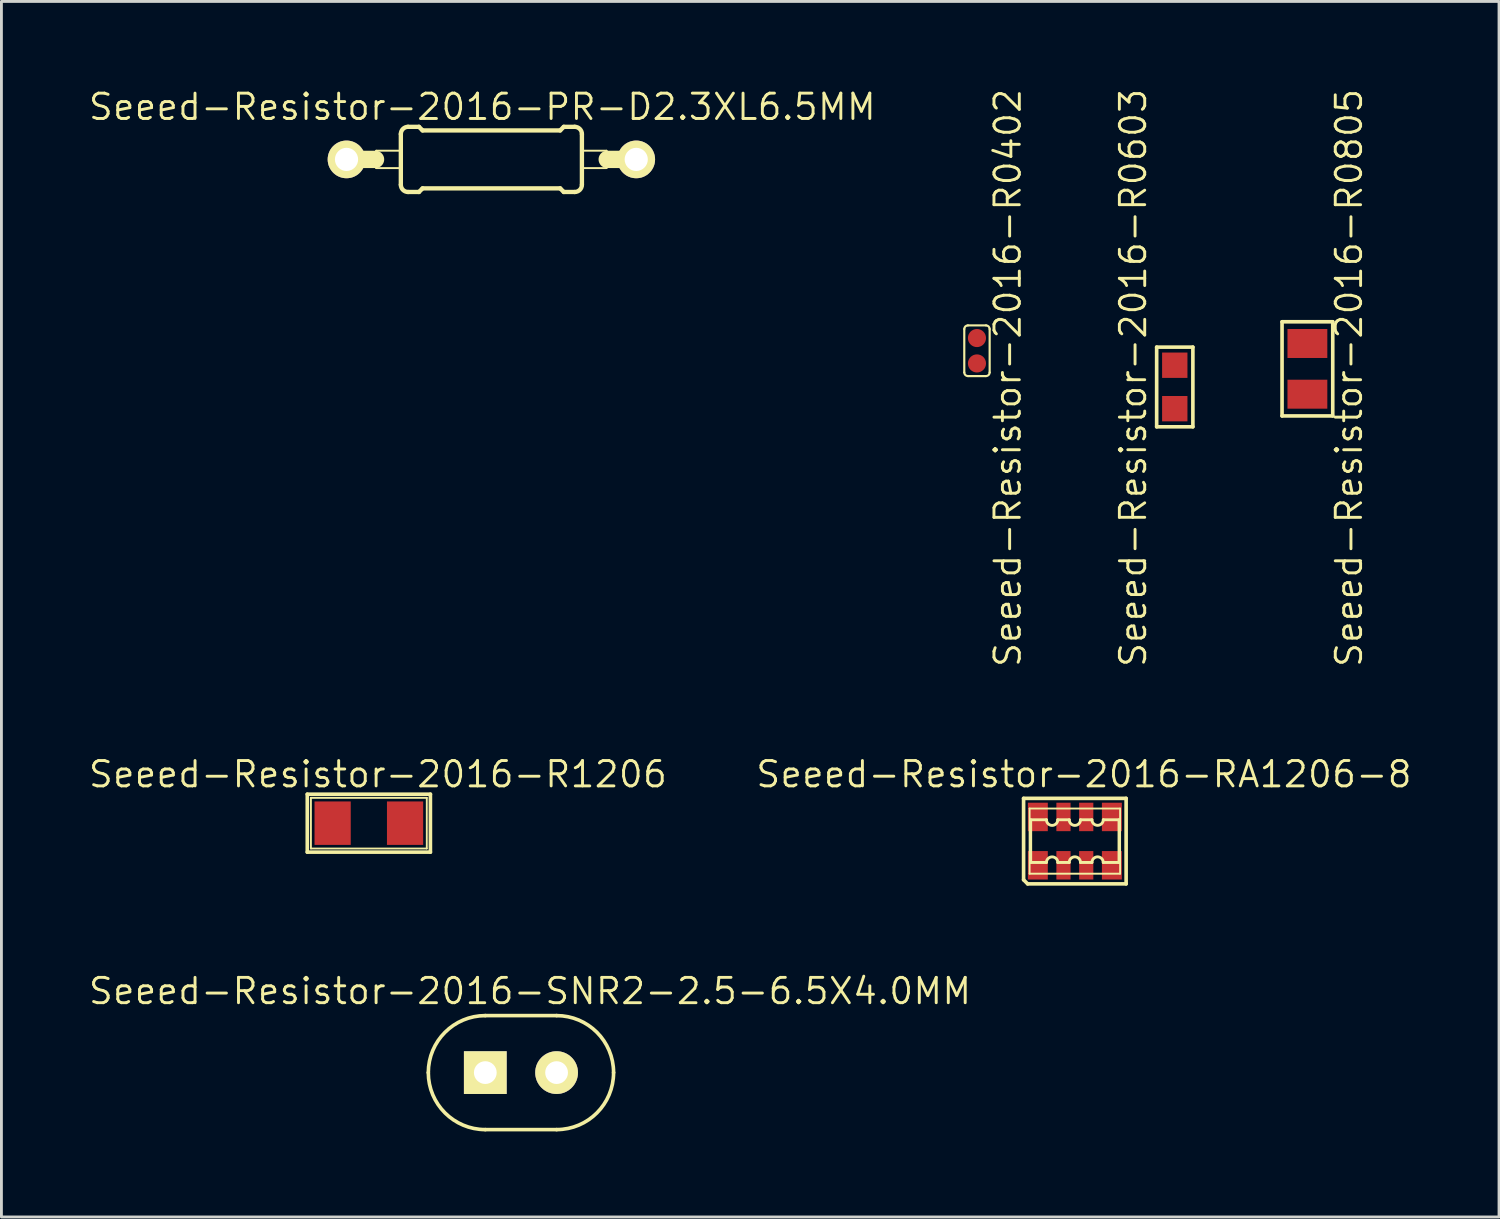
<source format=kicad_pcb>
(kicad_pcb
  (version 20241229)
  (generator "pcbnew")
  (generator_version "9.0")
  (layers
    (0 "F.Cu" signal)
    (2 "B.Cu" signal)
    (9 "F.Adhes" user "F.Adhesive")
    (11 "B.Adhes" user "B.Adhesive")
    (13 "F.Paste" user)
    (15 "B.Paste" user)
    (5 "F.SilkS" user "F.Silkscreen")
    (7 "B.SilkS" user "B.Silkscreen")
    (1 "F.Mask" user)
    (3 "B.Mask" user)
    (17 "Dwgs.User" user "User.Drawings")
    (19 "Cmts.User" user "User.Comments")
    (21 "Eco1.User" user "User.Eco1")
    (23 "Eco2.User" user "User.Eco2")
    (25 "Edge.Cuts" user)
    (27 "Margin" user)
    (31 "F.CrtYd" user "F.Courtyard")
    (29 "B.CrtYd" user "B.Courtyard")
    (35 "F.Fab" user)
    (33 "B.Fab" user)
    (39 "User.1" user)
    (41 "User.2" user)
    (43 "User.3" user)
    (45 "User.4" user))
  (footprint "Seeed-Resistor-2016-R0402"
    (layer "F.Cu")
    (at 31.211 9.25)
    (property "Reference" "Seeed-Resistor-2016-R0402" (at 1.079 0.953 270) (layer "F.SilkS") (effects (font (size 0.889 0.889) (thickness 0.102))))
    (attr smd)
    (fp_line (start -0.445 0.762) (end -0.445 -0.762) (stroke (width 0.076) (type solid)) (layer "F.SilkS"))
    (fp_line (start -0.318 -0.889) (end 0.318 -0.889) (stroke (width 0.076) (type solid)) (layer "F.SilkS"))
    (fp_line (start 0.318 0.889) (end -0.318 0.889) (stroke (width 0.076) (type solid)) (layer "F.SilkS"))
    (fp_line (start 0.445 -0.762) (end 0.445 0.762) (stroke (width 0.076) (type solid)) (layer "F.SilkS"))
    (fp_arc (start -0.4445 -0.762) (mid -0.407303 -0.851803) (end -0.3175 -0.889) (stroke (width 0.0762) (type solid)) (layer "F.SilkS"))
    (fp_arc (start -0.3175 0.889) (mid -0.407303 0.851803) (end -0.4445 0.762) (stroke (width 0.0762) (type solid)) (layer "F.SilkS"))
    (fp_arc (start 0.3175 -0.889) (mid 0.407303 -0.851803) (end 0.4445 -0.762) (stroke (width 0.0762) (type solid)) (layer "F.SilkS"))
    (fp_arc (start 0.4445 0.762) (mid 0.407303 0.851803) (end 0.3175 0.889) (stroke (width 0.0762) (type solid)) (layer "F.SilkS"))
    (pad "1" smd circle (at 0 -0.445 270) (size 0.635 0.635) (layers "F.Cu" "F.Mask" "F.Paste"))
    (pad "2" smd circle (at 0 0.445 270) (size 0.635 0.635) (layers "F.Cu" "F.Mask" "F.Paste")))
  (footprint "Seeed-Resistor-2016-RA1206-8"
    (layer "F.Cu")
    (at 34.644 26.447)
    (property "Reference" "Seeed-Resistor-2016-RA1206-8" (at 0.318 -2.344 0) (layer "F.SilkS") (effects (font (size 0.889 0.889) (thickness 0.102))))
    (attr smd)
    (fp_line (start -1.798 -1.499) (end 1.798 -1.499) (stroke (width 0.127) (type solid)) (layer "F.SilkS"))
    (fp_line (start -1.798 1.356) (end -1.798 -1.499) (stroke (width 0.127) (type solid)) (layer "F.SilkS"))
    (fp_line (start -1.656 1.499) (end -1.798 1.356) (stroke (width 0.127) (type solid)) (layer "F.SilkS"))
    (fp_line (start -1.587 -1.143) (end 1.587 -1.143) (stroke (width 0.066) (type solid)) (layer "F.SilkS"))
    (fp_line (start -1.587 1.143) (end -1.587 -1.143) (stroke (width 0.066) (type solid)) (layer "F.SilkS"))
    (fp_line (start -1.587 1.143) (end 1.587 1.143) (stroke (width 0.066) (type solid)) (layer "F.SilkS"))
    (fp_line (start -1.549 -0.749) (end -0.998 -0.749) (stroke (width 0.102) (type solid)) (layer "F.SilkS"))
    (fp_line (start -1.549 0.749) (end -1.549 -0.749) (stroke (width 0.102) (type solid)) (layer "F.SilkS"))
    (fp_line (start -0.998 0.749) (end -1.549 0.749) (stroke (width 0.102) (type solid)) (layer "F.SilkS"))
    (fp_line (start -0.599 -0.749) (end -0.198 -0.749) (stroke (width 0.102) (type solid)) (layer "F.SilkS"))
    (fp_line (start -0.198 0.749) (end -0.599 0.749) (stroke (width 0.102) (type solid)) (layer "F.SilkS"))
    (fp_line (start 0.198 -0.749) (end 0.599 -0.749) (stroke (width 0.102) (type solid)) (layer "F.SilkS"))
    (fp_line (start 0.599 0.749) (end 0.198 0.749) (stroke (width 0.102) (type solid)) (layer "F.SilkS"))
    (fp_line (start 0.998 -0.749) (end 1.549 -0.749) (stroke (width 0.102) (type solid)) (layer "F.SilkS"))
    (fp_line (start 1.549 -0.749) (end 1.549 0.749) (stroke (width 0.102) (type solid)) (layer "F.SilkS"))
    (fp_line (start 1.549 0.749) (end 0.998 0.749) (stroke (width 0.102) (type solid)) (layer "F.SilkS"))
    (fp_line (start 1.587 1.143) (end 1.587 -1.143) (stroke (width 0.066) (type solid)) (layer "F.SilkS"))
    (fp_line (start 1.798 -1.499) (end 1.798 1.499) (stroke (width 0.127) (type solid)) (layer "F.SilkS"))
    (fp_line (start 1.798 1.499) (end -1.656 1.499) (stroke (width 0.127) (type solid)) (layer "F.SilkS"))
    (fp_arc (start -0.99822 0.7493) (mid -0.79756 0.54864) (end -0.5969 0.7493) (stroke (width 0.1016) (type solid)) (layer "F.SilkS"))
    (fp_arc (start -0.59944 -0.7493) (mid -0.79756 -0.55118) (end -0.99568 -0.7493) (stroke (width 0.1016) (type solid)) (layer "F.SilkS"))
    (fp_arc (start -0.19812 0.7493) (mid 0 0.55118) (end 0.19812 0.7493) (stroke (width 0.1016) (type solid)) (layer "F.SilkS"))
    (fp_arc (start 0.19812 -0.7493) (mid 0 -0.55118) (end -0.19812 -0.7493) (stroke (width 0.1016) (type solid)) (layer "F.SilkS"))
    (fp_arc (start 0.59944 0.7493) (mid 0.79756 0.55118) (end 0.99568 0.7493) (stroke (width 0.1016) (type solid)) (layer "F.SilkS"))
    (fp_arc (start 0.99822 -0.7493) (mid 0.79756 -0.54864) (end 0.5969 -0.7493) (stroke (width 0.1016) (type solid)) (layer "F.SilkS"))
    (pad "1" smd rect (at -1.298 0.848) (size 0.699 0.998) (layers "F.Cu" "F.Mask" "F.Paste"))
    (pad "2" smd rect (at -0.399 0.848) (size 0.498 0.998) (layers "F.Cu" "F.Mask" "F.Paste"))
    (pad "3" smd rect (at 0.399 0.848) (size 0.498 0.998) (layers "F.Cu" "F.Mask" "F.Paste"))
    (pad "4" smd rect (at 1.298 0.848) (size 0.699 0.998) (layers "F.Cu" "F.Mask" "F.Paste"))
    (pad "5" smd rect (at 1.298 -0.848) (size 0.699 0.998) (layers "F.Cu" "F.Mask" "F.Paste"))
    (pad "6" smd rect (at 0.399 -0.848) (size 0.498 0.998) (layers "F.Cu" "F.Mask" "F.Paste"))
    (pad "7" smd rect (at -0.399 -0.848) (size 0.498 0.998) (layers "F.Cu" "F.Mask" "F.Paste"))
    (pad "8" smd rect (at -1.298 -0.848) (size 0.699 0.998) (layers "F.Cu" "F.Mask" "F.Paste")))
  (footprint "Seeed-Resistor-2016-R0603"
    (layer "F.Cu")
    (at 38.148 10.52)
    (property "Reference" "Seeed-Resistor-2016-R0603" (at -1.46 -0.318 90) (layer "F.SilkS") (effects (font (size 0.889 0.889) (thickness 0.102))))
    (attr smd)
    (fp_line (start -0.635 -1.397) (end 0.635 -1.397) (stroke (width 0.127) (type solid)) (layer "F.SilkS"))
    (fp_line (start -0.635 1.397) (end -0.635 -1.397) (stroke (width 0.127) (type solid)) (layer "F.SilkS"))
    (fp_line (start 0.635 -1.397) (end 0.635 1.397) (stroke (width 0.127) (type solid)) (layer "F.SilkS"))
    (fp_line (start 0.635 1.397) (end -0.635 1.397) (stroke (width 0.127) (type solid)) (layer "F.SilkS"))
    (pad "1" smd rect (at 0 -0.762 270) (size 0.889 0.889) (layers "F.Cu" "F.Mask" "F.Paste"))
    (pad "2" smd rect (at 0 0.762 270) (size 0.889 0.889) (layers "F.Cu" "F.Mask" "F.Paste")))
  (footprint "Seeed-Resistor-2016-R0805"
    (layer "F.Cu")
    (at 42.799 9.885)
    (property "Reference" "Seeed-Resistor-2016-R0805" (at 1.46 0.318 270) (layer "F.SilkS") (effects (font (size 0.889 0.889) (thickness 0.102))))
    (attr smd)
    (fp_line (start -0.889 -1.651) (end 0.889 -1.651) (stroke (width 0.127) (type solid)) (layer "F.SilkS"))
    (fp_line (start -0.889 1.651) (end -0.889 -1.651) (stroke (width 0.127) (type solid)) (layer "F.SilkS"))
    (fp_line (start 0.889 -1.651) (end 0.889 1.651) (stroke (width 0.127) (type solid)) (layer "F.SilkS"))
    (fp_line (start 0.889 1.651) (end -0.889 1.651) (stroke (width 0.127) (type solid)) (layer "F.SilkS"))
    (pad "1" smd rect (at 0 -0.889 270) (size 1.016 1.397) (layers "F.Cu" "F.Mask" "F.Paste"))
    (pad "2" smd rect (at 0 0.889 270) (size 1.016 1.397) (layers "F.Cu" "F.Mask" "F.Paste")))
  (footprint "Seeed-Resistor-2016-R1206"
    (layer "F.Cu")
    (at 9.885 25.818)
    (property "Reference" "Seeed-Resistor-2016-R1206" (at 0.318 -1.714 0) (layer "F.SilkS") (effects (font (size 0.889 0.889) (thickness 0.102))))
    (attr smd)
    (fp_line (start -2.159 -1.016) (end 2.159 -1.016) (stroke (width 0.127) (type solid)) (layer "F.SilkS"))
    (fp_line (start -2.159 1.016) (end -2.159 -1.016) (stroke (width 0.127) (type solid)) (layer "F.SilkS"))
    (fp_line (start -2.032 -0.889) (end 2.032 -0.889) (stroke (width 0.066) (type solid)) (layer "F.SilkS"))
    (fp_line (start -2.032 0.889) (end -2.032 -0.889) (stroke (width 0.066) (type solid)) (layer "F.SilkS"))
    (fp_line (start -2.032 0.889) (end 2.032 0.889) (stroke (width 0.066) (type solid)) (layer "F.SilkS"))
    (fp_line (start 2.032 0.889) (end 2.032 -0.889) (stroke (width 0.066) (type solid)) (layer "F.SilkS"))
    (fp_line (start 2.159 -1.016) (end 2.159 1.016) (stroke (width 0.127) (type solid)) (layer "F.SilkS"))
    (fp_line (start 2.159 1.016) (end -2.159 1.016) (stroke (width 0.127) (type solid)) (layer "F.SilkS"))
    (pad "1" smd rect (at -1.27 0) (size 1.27 1.524) (layers "F.Cu" "F.Mask" "F.Paste"))
    (pad "2" smd rect (at 1.27 0) (size 1.27 1.524) (layers "F.Cu" "F.Mask" "F.Paste")))
  (footprint "Seeed-Resistor-2016-SNR2-2.5-6.5X4.0MM"
    (layer "F.Cu")
    (at 15.219 34.565)
    (property "Reference" "Seeed-Resistor-2016-SNR2-2.5-6.5X4.0MM" (at 0.318 -2.857 0) (layer "F.SilkS") (effects (font (size 0.889 0.889) (thickness 0.102))))
    (attr exclude_from_pos_files exclude_from_bom)
    (fp_line (start -1.25 -1.999) (end 1.25 -1.999) (stroke (width 0.127) (type solid)) (layer "F.SilkS"))
    (fp_line (start 1.25 1.999) (end -1.25 1.999) (stroke (width 0.127) (type solid)) (layer "F.SilkS"))
    (fp_arc (start -3.24866 0) (mid -2.663172 -1.413492) (end -1.24968 -1.99898) (stroke (width 0.127) (type solid)) (layer "F.SilkS"))
    (fp_arc (start -1.24968 1.99898) (mid -2.663172 1.413492) (end -3.24866 0) (stroke (width 0.127) (type solid)) (layer "F.SilkS"))
    (fp_arc (start 1.24968 -1.99898) (mid 2.663172 -1.413492) (end 3.24866 0) (stroke (width 0.127) (type solid)) (layer "F.SilkS"))
    (fp_arc (start 3.24866 0) (mid 2.663172 1.413492) (end 1.24968 1.99898) (stroke (width 0.127) (type solid)) (layer "F.SilkS"))
    (pad "1" thru_hole rect (at -1.25 0) (size 1.499 1.499) (drill 0.798) (layers "*.Cu" "F.Mask" "F.SilkS" "F.Paste"))
    (pad "2" thru_hole circle (at 1.25 0) (size 1.499 1.499) (drill 0.798) (layers "*.Cu" "F.Mask" "F.SilkS" "F.Paste")))
  (footprint "Seeed-Resistor-2016-PR-D2.3XL6.5MM"
    (layer "F.Cu")
    (at 14.055 2.54)
    (property "Reference" "Seeed-Resistor-2016-PR-D2.3XL6.5MM" (at -0.191 -1.841 0) (layer "F.SilkS") (effects (font (size 0.889 0.889) (thickness 0.102))))
    (attr exclude_from_pos_files exclude_from_bom)
    (fp_line (start -4.953 0) (end -3.937 0) (stroke (width 0.61) (type solid)) (layer "F.SilkS"))
    (fp_line (start -3.912 -0.305) (end -3.048 -0.305) (stroke (width 0.066) (type solid)) (layer "F.SilkS"))
    (fp_line (start -3.912 0.305) (end -3.912 -0.305) (stroke (width 0.066) (type solid)) (layer "F.SilkS"))
    (fp_line (start -3.912 0.305) (end -3.048 0.305) (stroke (width 0.066) (type solid)) (layer "F.SilkS"))
    (fp_line (start -3.048 0.305) (end -3.048 -0.305) (stroke (width 0.066) (type solid)) (layer "F.SilkS"))
    (fp_line (start -3.048 0.889) (end -3.048 -0.889) (stroke (width 0.152) (type solid)) (layer "F.SilkS"))
    (fp_line (start -2.794 -1.143) (end -2.413 -1.143) (stroke (width 0.152) (type solid)) (layer "F.SilkS"))
    (fp_line (start -2.794 1.143) (end -2.413 1.143) (stroke (width 0.152) (type solid)) (layer "F.SilkS"))
    (fp_line (start -2.286 -1.016) (end -2.413 -1.143) (stroke (width 0.152) (type solid)) (layer "F.SilkS"))
    (fp_line (start -2.286 1.016) (end -2.413 1.143) (stroke (width 0.152) (type solid)) (layer "F.SilkS"))
    (fp_line (start 2.54 -1.016) (end -2.286 -1.016) (stroke (width 0.152) (type solid)) (layer "F.SilkS"))
    (fp_line (start 2.54 -1.016) (end 2.667 -1.143) (stroke (width 0.152) (type solid)) (layer "F.SilkS"))
    (fp_line (start 2.54 1.016) (end -2.286 1.016) (stroke (width 0.152) (type solid)) (layer "F.SilkS"))
    (fp_line (start 2.54 1.016) (end 2.667 1.143) (stroke (width 0.152) (type solid)) (layer "F.SilkS"))
    (fp_line (start 3.048 -1.143) (end 2.667 -1.143) (stroke (width 0.152) (type solid)) (layer "F.SilkS"))
    (fp_line (start 3.048 1.143) (end 2.667 1.143) (stroke (width 0.152) (type solid)) (layer "F.SilkS"))
    (fp_line (start 3.302 -0.305) (end 4.166 -0.305) (stroke (width 0.066) (type solid)) (layer "F.SilkS"))
    (fp_line (start 3.302 0.305) (end 3.302 -0.305) (stroke (width 0.066) (type solid)) (layer "F.SilkS"))
    (fp_line (start 3.302 0.305) (end 4.166 0.305) (stroke (width 0.066) (type solid)) (layer "F.SilkS"))
    (fp_line (start 3.302 0.889) (end 3.302 -0.889) (stroke (width 0.152) (type solid)) (layer "F.SilkS"))
    (fp_line (start 4.166 0.305) (end 4.166 -0.305) (stroke (width 0.066) (type solid)) (layer "F.SilkS"))
    (fp_line (start 5.207 0) (end 4.191 0) (stroke (width 0.61) (type solid)) (layer "F.SilkS"))
    (fp_arc (start -3.048 -0.889) (mid -2.973605 -1.068605) (end -2.794 -1.143) (stroke (width 0.1524) (type solid)) (layer "F.SilkS"))
    (fp_arc (start -2.794 1.143) (mid -2.973605 1.068605) (end -3.048 0.889) (stroke (width 0.1524) (type solid)) (layer "F.SilkS"))
    (fp_arc (start 3.048 -1.143) (mid 3.227605 -1.068605) (end 3.302 -0.889) (stroke (width 0.1524) (type solid)) (layer "F.SilkS"))
    (fp_arc (start 3.302 0.889) (mid 3.227605 1.068605) (end 3.048 1.143) (stroke (width 0.1524) (type solid)) (layer "F.SilkS"))
    (pad "1" thru_hole circle (at -4.953 0) (size 1.321 1.321) (drill 0.813) (layers "*.Cu" "F.Mask" "F.SilkS" "F.Paste"))
    (pad "2" thru_hole circle (at 5.207 0) (size 1.321 1.321) (drill 0.813) (layers "*.Cu" "F.Mask" "F.SilkS" "F.Paste")))
  (gr_rect
    (start -3 -3)
    (end 49.519 39.628)
    (stroke (width 0.1) (type default))
    (fill no)
    (layer "Edge.Cuts")))
</source>
